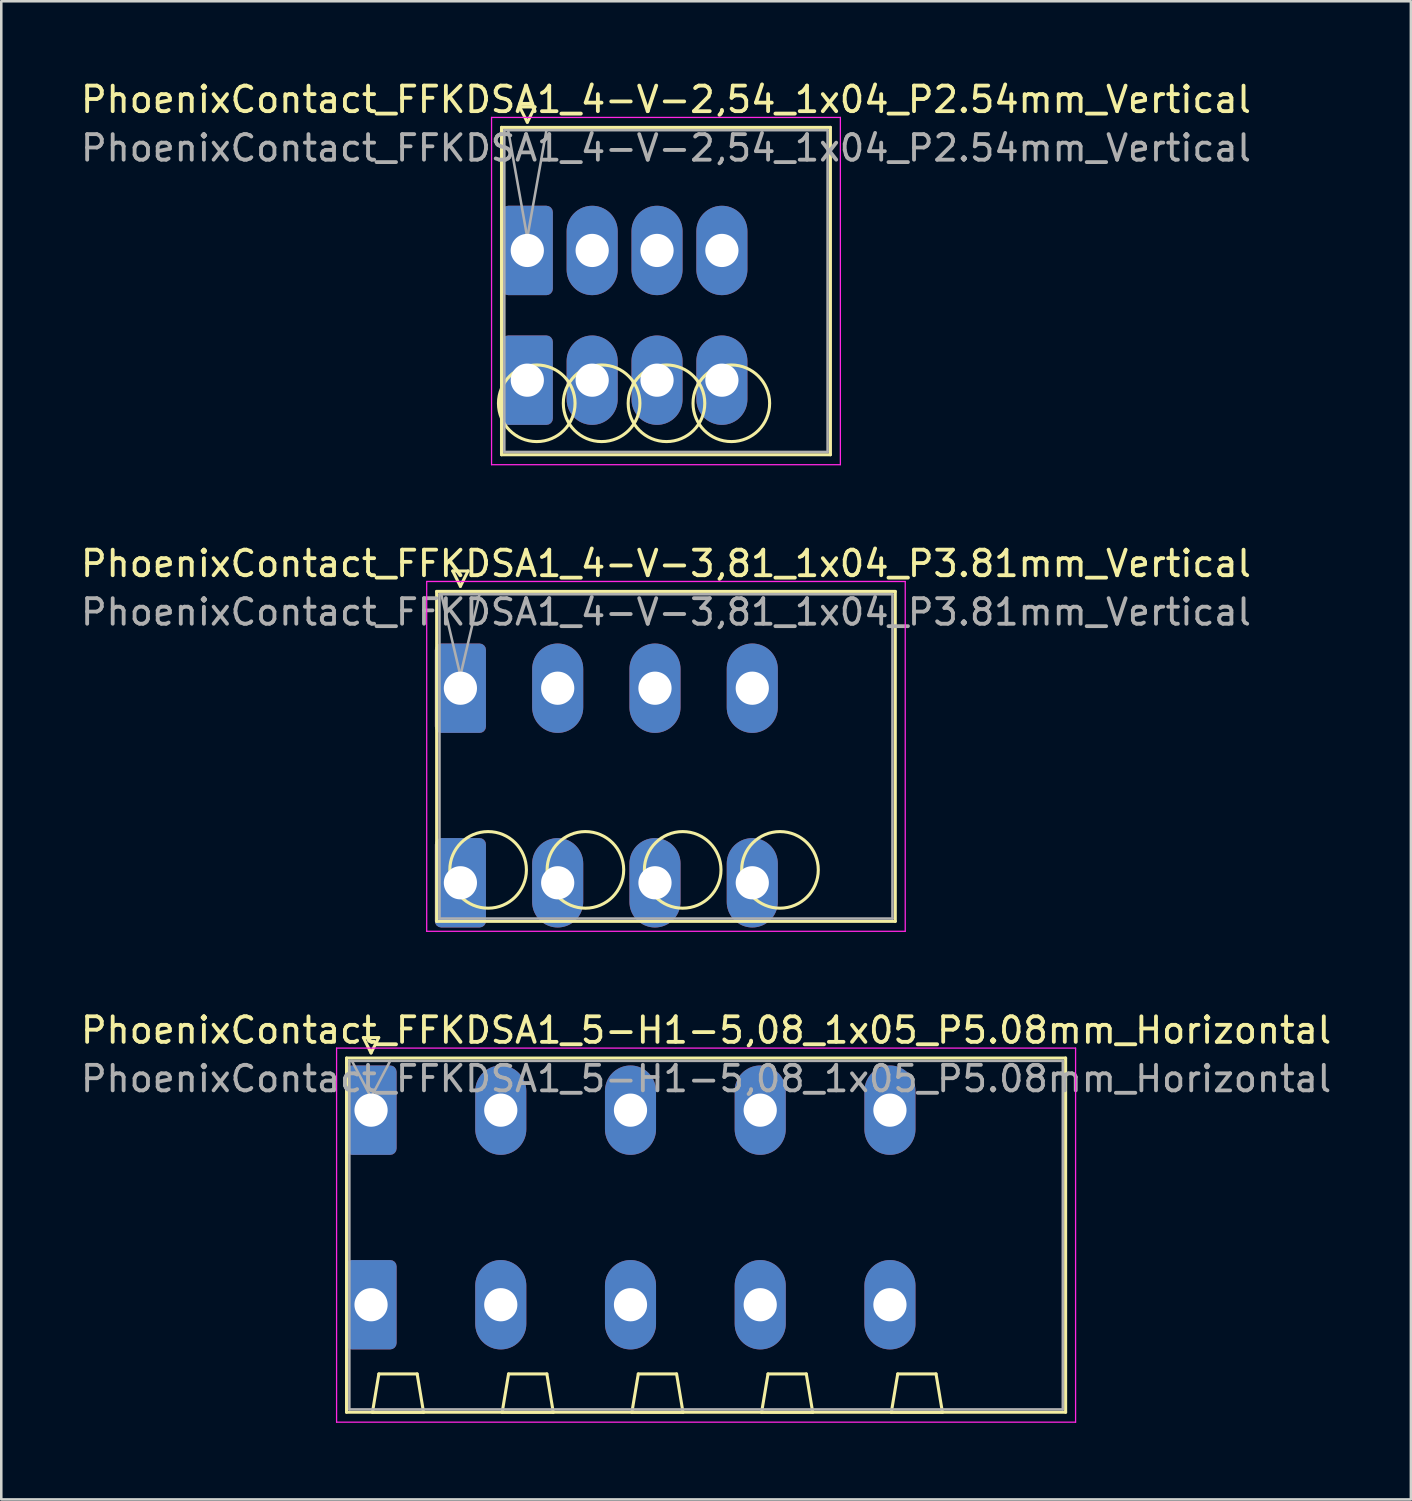
<source format=kicad_pcb>
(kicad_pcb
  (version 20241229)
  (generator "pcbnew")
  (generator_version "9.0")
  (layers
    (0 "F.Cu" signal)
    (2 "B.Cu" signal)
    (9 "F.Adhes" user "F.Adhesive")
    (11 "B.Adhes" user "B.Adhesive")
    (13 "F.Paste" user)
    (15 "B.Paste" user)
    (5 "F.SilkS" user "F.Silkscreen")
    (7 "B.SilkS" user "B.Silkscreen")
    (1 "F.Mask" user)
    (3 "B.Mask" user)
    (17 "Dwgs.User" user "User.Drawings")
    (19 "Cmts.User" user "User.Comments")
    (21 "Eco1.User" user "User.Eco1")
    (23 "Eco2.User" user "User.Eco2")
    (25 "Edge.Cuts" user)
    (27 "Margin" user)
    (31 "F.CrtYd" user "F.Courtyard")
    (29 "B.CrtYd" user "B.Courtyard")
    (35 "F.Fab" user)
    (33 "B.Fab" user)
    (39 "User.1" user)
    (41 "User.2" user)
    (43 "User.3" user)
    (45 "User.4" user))
  (footprint "PhoenixContact_FFKDSA1_5-H1-5,08_1x05_P5.08mm_Horizontal"
    (layer "F.Cu")
    (at 11.481 40.425)
    (property "Reference" "PhoenixContact_FFKDSA1_5-H1-5,08_1x05_P5.08mm_Horizontal" (at 13.12 -3.13 0) (layer "F.SilkS") (effects (font (size 1 1) (thickness 0.15))))
    (attr through_hole)
    (fp_line (start -0.96 -2.04) (end -0.96 11.83) (stroke (width 0.12) (type solid)) (layer "F.SilkS"))
    (fp_line (start -0.96 11.83) (end 27.2 11.83) (stroke (width 0.12) (type solid)) (layer "F.SilkS"))
    (fp_line (start -0.3 -2.84) (end 0.3 -2.84) (stroke (width 0.12) (type solid)) (layer "F.SilkS"))
    (fp_line (start 0 -2.24) (end -0.3 -2.84) (stroke (width 0.12) (type solid)) (layer "F.SilkS"))
    (fp_line (start 0.055 11.83) (end 2.055 11.83) (stroke (width 0.12) (type solid)) (layer "F.SilkS"))
    (fp_line (start 0.3 -2.84) (end 0 -2.24) (stroke (width 0.12) (type solid)) (layer "F.SilkS"))
    (fp_line (start 0.305 10.33) (end 0.055 11.83) (stroke (width 0.12) (type solid)) (layer "F.SilkS"))
    (fp_line (start 1.805 10.33) (end 0.305 10.33) (stroke (width 0.12) (type solid)) (layer "F.SilkS"))
    (fp_line (start 2.055 11.83) (end 1.805 10.33) (stroke (width 0.12) (type solid)) (layer "F.SilkS"))
    (fp_line (start 5.135 11.83) (end 7.135 11.83) (stroke (width 0.12) (type solid)) (layer "F.SilkS"))
    (fp_line (start 5.385 10.33) (end 5.135 11.83) (stroke (width 0.12) (type solid)) (layer "F.SilkS"))
    (fp_line (start 6.885 10.33) (end 5.385 10.33) (stroke (width 0.12) (type solid)) (layer "F.SilkS"))
    (fp_line (start 7.135 11.83) (end 6.885 10.33) (stroke (width 0.12) (type solid)) (layer "F.SilkS"))
    (fp_line (start 10.215 11.83) (end 12.215 11.83) (stroke (width 0.12) (type solid)) (layer "F.SilkS"))
    (fp_line (start 10.465 10.33) (end 10.215 11.83) (stroke (width 0.12) (type solid)) (layer "F.SilkS"))
    (fp_line (start 11.965 10.33) (end 10.465 10.33) (stroke (width 0.12) (type solid)) (layer "F.SilkS"))
    (fp_line (start 12.215 11.83) (end 11.965 10.33) (stroke (width 0.12) (type solid)) (layer "F.SilkS"))
    (fp_line (start 15.295 11.83) (end 17.295 11.83) (stroke (width 0.12) (type solid)) (layer "F.SilkS"))
    (fp_line (start 15.545 10.33) (end 15.295 11.83) (stroke (width 0.12) (type solid)) (layer "F.SilkS"))
    (fp_line (start 17.045 10.33) (end 15.545 10.33) (stroke (width 0.12) (type solid)) (layer "F.SilkS"))
    (fp_line (start 17.295 11.83) (end 17.045 10.33) (stroke (width 0.12) (type solid)) (layer "F.SilkS"))
    (fp_line (start 20.375 11.83) (end 22.375 11.83) (stroke (width 0.12) (type solid)) (layer "F.SilkS"))
    (fp_line (start 20.625 10.33) (end 20.375 11.83) (stroke (width 0.12) (type solid)) (layer "F.SilkS"))
    (fp_line (start 22.125 10.33) (end 20.625 10.33) (stroke (width 0.12) (type solid)) (layer "F.SilkS"))
    (fp_line (start 22.375 11.83) (end 22.125 10.33) (stroke (width 0.12) (type solid)) (layer "F.SilkS"))
    (fp_line (start 27.2 -2.04) (end -0.96 -2.04) (stroke (width 0.12) (type solid)) (layer "F.SilkS"))
    (fp_line (start 27.2 11.83) (end 27.2 -2.04) (stroke (width 0.12) (type solid)) (layer "F.SilkS"))
    (fp_line (start -1.35 -2.43) (end -1.35 12.22) (stroke (width 0.05) (type solid)) (layer "F.CrtYd"))
    (fp_line (start -1.35 12.22) (end 27.59 12.22) (stroke (width 0.05) (type solid)) (layer "F.CrtYd"))
    (fp_line (start 27.59 -2.43) (end -1.35 -2.43) (stroke (width 0.05) (type solid)) (layer "F.CrtYd"))
    (fp_line (start 27.59 12.22) (end 27.59 -2.43) (stroke (width 0.05) (type solid)) (layer "F.CrtYd"))
    (fp_line (start -0.85 -1.93) (end -0.85 11.72) (stroke (width 0.1) (type solid)) (layer "F.Fab"))
    (fp_line (start -0.85 11.72) (end 27.09 11.72) (stroke (width 0.1) (type solid)) (layer "F.Fab"))
    (fp_line (start 0 -0.5) (end -0.75 -1.93) (stroke (width 0.1) (type solid)) (layer "F.Fab"))
    (fp_line (start 0.75 -1.93) (end 0 -0.5) (stroke (width 0.1) (type solid)) (layer "F.Fab"))
    (fp_line (start 27.09 -1.93) (end -0.85 -1.93) (stroke (width 0.1) (type solid)) (layer "F.Fab"))
    (fp_line (start 27.09 11.72) (end 27.09 -1.93) (stroke (width 0.1) (type solid)) (layer "F.Fab"))
    (fp_text user "${REFERENCE}" (at 13.12 -1.23 0) (layer "F.Fab") (effects (font (size 1 1) (thickness 0.15))))
    (pad "1" thru_hole roundrect (at 0 0) (size 2 3.5) (drill 1.3) (layers "*.Cu" "*.Mask") (roundrect_rratio 0.125))
    (pad "1" thru_hole roundrect (at 0 7.62) (size 2 3.5) (drill 1.3) (layers "*.Cu" "*.Mask") (roundrect_rratio 0.125))
    (pad "2" thru_hole oval (at 5.08 0) (size 2 3.5) (drill 1.3) (layers "*.Cu" "*.Mask"))
    (pad "2" thru_hole oval (at 5.08 7.62) (size 2 3.5) (drill 1.3) (layers "*.Cu" "*.Mask"))
    (pad "3" thru_hole oval (at 10.16 0) (size 2 3.5) (drill 1.3) (layers "*.Cu" "*.Mask"))
    (pad "3" thru_hole oval (at 10.16 7.62) (size 2 3.5) (drill 1.3) (layers "*.Cu" "*.Mask"))
    (pad "4" thru_hole oval (at 15.24 0) (size 2 3.5) (drill 1.3) (layers "*.Cu" "*.Mask"))
    (pad "4" thru_hole oval (at 15.24 7.62) (size 2 3.5) (drill 1.3) (layers "*.Cu" "*.Mask"))
    (pad "5" thru_hole oval (at 20.32 0) (size 2 3.5) (drill 1.3) (layers "*.Cu" "*.Mask"))
    (pad "5" thru_hole oval (at 20.32 7.62) (size 2 3.5) (drill 1.3) (layers "*.Cu" "*.Mask")))
  (footprint "PhoenixContact_FFKDSA1_4-V-2,54_1x04_P2.54mm_Vertical"
    (layer "F.Cu")
    (at 17.6 6.758)
    (property "Reference" "PhoenixContact_FFKDSA1_4-V-2,54_1x04_P2.54mm_Vertical" (at 5.43 -5.91 0) (layer "F.SilkS") (effects (font (size 1 1) (thickness 0.15))))
    (attr through_hole)
    (fp_line (start -1.01 -4.82) (end -1.01 8) (stroke (width 0.12) (type solid)) (layer "F.SilkS"))
    (fp_line (start -1.01 8) (end 11.87 8) (stroke (width 0.12) (type solid)) (layer "F.SilkS"))
    (fp_line (start -0.3 -5.62) (end 0.3 -5.62) (stroke (width 0.12) (type solid)) (layer "F.SilkS"))
    (fp_line (start 0 -5.02) (end -0.3 -5.62) (stroke (width 0.12) (type solid)) (layer "F.SilkS"))
    (fp_line (start 0.3 -5.62) (end 0 -5.02) (stroke (width 0.12) (type solid)) (layer "F.SilkS"))
    (fp_line (start 11.87 -4.82) (end -1.01 -4.82) (stroke (width 0.12) (type solid)) (layer "F.SilkS"))
    (fp_line (start 11.87 8) (end 11.87 -4.82) (stroke (width 0.12) (type solid)) (layer "F.SilkS"))
    (fp_circle (center 0.37 5.985) (end 1.87 5.985) (stroke (width 0.12) (type solid)) (fill no) (layer "F.SilkS"))
    (fp_circle (center 2.91 5.985) (end 4.41 5.985) (stroke (width 0.12) (type solid)) (fill no) (layer "F.SilkS"))
    (fp_circle (center 5.45 5.985) (end 6.95 5.985) (stroke (width 0.12) (type solid)) (fill no) (layer "F.SilkS"))
    (fp_circle (center 7.99 5.985) (end 9.49 5.985) (stroke (width 0.12) (type solid)) (fill no) (layer "F.SilkS"))
    (fp_line (start -1.4 -5.21) (end -1.4 8.39) (stroke (width 0.05) (type solid)) (layer "F.CrtYd"))
    (fp_line (start -1.4 8.39) (end 12.26 8.39) (stroke (width 0.05) (type solid)) (layer "F.CrtYd"))
    (fp_line (start 12.26 -5.21) (end -1.4 -5.21) (stroke (width 0.05) (type solid)) (layer "F.CrtYd"))
    (fp_line (start 12.26 8.39) (end 12.26 -5.21) (stroke (width 0.05) (type solid)) (layer "F.CrtYd"))
    (fp_line (start -0.9 -4.71) (end -0.9 7.89) (stroke (width 0.1) (type solid)) (layer "F.Fab"))
    (fp_line (start -0.9 7.89) (end 11.76 7.89) (stroke (width 0.1) (type solid)) (layer "F.Fab"))
    (fp_line (start 0 -0.5) (end -0.75 -4.71) (stroke (width 0.1) (type solid)) (layer "F.Fab"))
    (fp_line (start 0.75 -4.71) (end 0 -0.5) (stroke (width 0.1) (type solid)) (layer "F.Fab"))
    (fp_line (start 11.76 -4.71) (end -0.9 -4.71) (stroke (width 0.1) (type solid)) (layer "F.Fab"))
    (fp_line (start 11.76 7.89) (end 11.76 -4.71) (stroke (width 0.1) (type solid)) (layer "F.Fab"))
    (fp_text user "${REFERENCE}" (at 5.43 -4.01 0) (layer "F.Fab") (effects (font (size 1 1) (thickness 0.15))))
    (pad "1" thru_hole roundrect (at 0 0) (size 2 3.5) (drill 1.3) (layers "*.Cu" "*.Mask") (roundrect_rratio 0.125))
    (pad "1" thru_hole roundrect (at 0 5.08) (size 2 3.5) (drill 1.3) (layers "*.Cu" "*.Mask") (roundrect_rratio 0.125))
    (pad "2" thru_hole oval (at 2.54 0) (size 2 3.5) (drill 1.3) (layers "*.Cu" "*.Mask"))
    (pad "2" thru_hole oval (at 2.54 5.08) (size 2 3.5) (drill 1.3) (layers "*.Cu" "*.Mask"))
    (pad "3" thru_hole oval (at 5.08 0) (size 2 3.5) (drill 1.3) (layers "*.Cu" "*.Mask"))
    (pad "3" thru_hole oval (at 5.08 5.08) (size 2 3.5) (drill 1.3) (layers "*.Cu" "*.Mask"))
    (pad "4" thru_hole oval (at 7.62 0) (size 2 3.5) (drill 1.3) (layers "*.Cu" "*.Mask"))
    (pad "4" thru_hole oval (at 7.62 5.08) (size 2 3.5) (drill 1.3) (layers "*.Cu" "*.Mask")))
  (footprint "PhoenixContact_FFKDSA1_4-V-3,81_1x04_P3.81mm_Vertical"
    (layer "F.Cu")
    (at 14.98 23.901)
    (property "Reference" "PhoenixContact_FFKDSA1_4-V-3,81_1x04_P3.81mm_Vertical" (at 8.05 -4.88 0) (layer "F.SilkS") (effects (font (size 1 1) (thickness 0.15))))
    (attr through_hole)
    (fp_line (start -0.93 -3.79) (end -0.93 9.13) (stroke (width 0.12) (type solid)) (layer "F.SilkS"))
    (fp_line (start -0.93 9.13) (end 17.03 9.13) (stroke (width 0.12) (type solid)) (layer "F.SilkS"))
    (fp_line (start -0.3 -4.59) (end 0.3 -4.59) (stroke (width 0.12) (type solid)) (layer "F.SilkS"))
    (fp_line (start 0 -3.99) (end -0.3 -4.59) (stroke (width 0.12) (type solid)) (layer "F.SilkS"))
    (fp_line (start 0.3 -4.59) (end 0 -3.99) (stroke (width 0.12) (type solid)) (layer "F.SilkS"))
    (fp_line (start 17.03 -3.79) (end -0.93 -3.79) (stroke (width 0.12) (type solid)) (layer "F.SilkS"))
    (fp_line (start 17.03 9.13) (end 17.03 -3.79) (stroke (width 0.12) (type solid)) (layer "F.SilkS"))
    (fp_circle (center 1.085 7.115) (end 2.585 7.115) (stroke (width 0.12) (type solid)) (fill no) (layer "F.SilkS"))
    (fp_circle (center 4.895 7.115) (end 6.395 7.115) (stroke (width 0.12) (type solid)) (fill no) (layer "F.SilkS"))
    (fp_circle (center 8.705 7.115) (end 10.205 7.115) (stroke (width 0.12) (type solid)) (fill no) (layer "F.SilkS"))
    (fp_circle (center 12.515 7.115) (end 14.015 7.115) (stroke (width 0.12) (type solid)) (fill no) (layer "F.SilkS"))
    (fp_line (start -1.32 -4.18) (end -1.32 9.52) (stroke (width 0.05) (type solid)) (layer "F.CrtYd"))
    (fp_line (start -1.32 9.52) (end 17.42 9.52) (stroke (width 0.05) (type solid)) (layer "F.CrtYd"))
    (fp_line (start 17.42 -4.18) (end -1.32 -4.18) (stroke (width 0.05) (type solid)) (layer "F.CrtYd"))
    (fp_line (start 17.42 9.52) (end 17.42 -4.18) (stroke (width 0.05) (type solid)) (layer "F.CrtYd"))
    (fp_line (start -0.82 -3.68) (end -0.82 9.02) (stroke (width 0.1) (type solid)) (layer "F.Fab"))
    (fp_line (start -0.82 9.02) (end 16.92 9.02) (stroke (width 0.1) (type solid)) (layer "F.Fab"))
    (fp_line (start 0 -0.5) (end -0.75 -3.68) (stroke (width 0.1) (type solid)) (layer "F.Fab"))
    (fp_line (start 0.75 -3.68) (end 0 -0.5) (stroke (width 0.1) (type solid)) (layer "F.Fab"))
    (fp_line (start 16.92 -3.68) (end -0.82 -3.68) (stroke (width 0.1) (type solid)) (layer "F.Fab"))
    (fp_line (start 16.92 9.02) (end 16.92 -3.68) (stroke (width 0.1) (type solid)) (layer "F.Fab"))
    (fp_text user "${REFERENCE}" (at 8.05 -2.98 0) (layer "F.Fab") (effects (font (size 1 1) (thickness 0.15))))
    (pad "1" thru_hole roundrect (at 0 0) (size 2 3.5) (drill 1.3) (layers "*.Cu" "*.Mask") (roundrect_rratio 0.125))
    (pad "1" thru_hole roundrect (at 0 7.62) (size 2 3.5) (drill 1.3) (layers "*.Cu" "*.Mask") (roundrect_rratio 0.125))
    (pad "2" thru_hole oval (at 3.81 0) (size 2 3.5) (drill 1.3) (layers "*.Cu" "*.Mask"))
    (pad "2" thru_hole oval (at 3.81 7.62) (size 2 3.5) (drill 1.3) (layers "*.Cu" "*.Mask"))
    (pad "3" thru_hole oval (at 7.62 0) (size 2 3.5) (drill 1.3) (layers "*.Cu" "*.Mask"))
    (pad "3" thru_hole oval (at 7.62 7.62) (size 2 3.5) (drill 1.3) (layers "*.Cu" "*.Mask"))
    (pad "4" thru_hole oval (at 11.43 0) (size 2 3.5) (drill 1.3) (layers "*.Cu" "*.Mask"))
    (pad "4" thru_hole oval (at 11.43 7.62) (size 2 3.5) (drill 1.3) (layers "*.Cu" "*.Mask")))
  (gr_rect
    (start -3 -3)
    (end 52.202 55.67)
    (stroke (width 0.1) (type default))
    (fill no)
    (layer "Edge.Cuts")))
</source>
